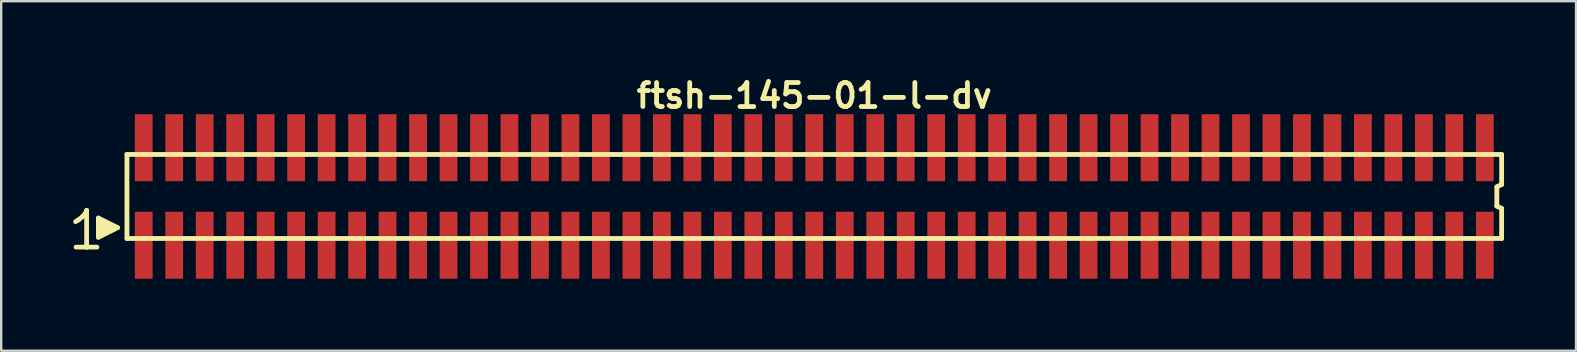
<source format=kicad_pcb>
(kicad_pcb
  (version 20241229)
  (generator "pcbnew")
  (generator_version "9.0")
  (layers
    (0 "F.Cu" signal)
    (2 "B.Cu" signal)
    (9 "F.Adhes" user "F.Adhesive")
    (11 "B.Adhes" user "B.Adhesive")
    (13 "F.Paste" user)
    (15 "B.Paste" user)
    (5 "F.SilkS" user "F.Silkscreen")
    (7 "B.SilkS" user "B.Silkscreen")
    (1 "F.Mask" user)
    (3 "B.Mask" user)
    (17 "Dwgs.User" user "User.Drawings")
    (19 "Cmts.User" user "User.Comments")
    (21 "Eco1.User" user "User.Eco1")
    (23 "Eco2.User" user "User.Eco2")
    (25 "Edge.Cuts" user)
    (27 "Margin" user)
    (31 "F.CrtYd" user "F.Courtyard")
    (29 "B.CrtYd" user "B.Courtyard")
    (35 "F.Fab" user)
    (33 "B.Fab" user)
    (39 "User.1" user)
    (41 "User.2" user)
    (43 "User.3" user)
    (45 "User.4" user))
  (footprint "ftsh-145-01-l-dv"
    (layer "F.Cu")
    (at 30.879 5.136)
    (property "Reference" "ftsh-145-01-l-dv" (at 0 -4.2 0) (layer "F.SilkS") (effects (font (size 1 1) (thickness 0.2))))
    (attr through_hole)
    (fp_line (start -30.78 1.05) (end -30.65 0.97) (stroke (width 0.198) (type solid)) (layer "F.SilkS"))
    (fp_line (start -30.65 0.97) (end -30.49 0.84) (stroke (width 0.198) (type solid)) (layer "F.SilkS"))
    (fp_line (start -30.49 0.84) (end -30.35 0.67) (stroke (width 0.198) (type solid)) (layer "F.SilkS"))
    (fp_line (start -30.35 0.67) (end -30.32 0.58) (stroke (width 0.198) (type solid)) (layer "F.SilkS"))
    (fp_line (start -30.32 0.58) (end -30.32 2.11) (stroke (width 0.198) (type solid)) (layer "F.SilkS"))
    (fp_line (start -30.32 2.11) (end -30.76 2.11) (stroke (width 0.198) (type solid)) (layer "F.SilkS"))
    (fp_line (start -29.89 2.11) (end -30.33 2.11) (stroke (width 0.198) (type solid)) (layer "F.SilkS"))
    (fp_line (start -29.83 0.9) (end -29.03 1.3) (stroke (width 0.198) (type solid)) (layer "F.SilkS"))
    (fp_line (start -29.83 1.7) (end -29.83 0.9) (stroke (width 0.198) (type solid)) (layer "F.SilkS"))
    (fp_line (start -29.73 1.6) (end -29.73 1) (stroke (width 0.198) (type solid)) (layer "F.SilkS"))
    (fp_line (start -29.63 1.1) (end -29.63 1.5) (stroke (width 0.198) (type solid)) (layer "F.SilkS"))
    (fp_line (start -29.53 1.5) (end -29.53 1.1) (stroke (width 0.198) (type solid)) (layer "F.SilkS"))
    (fp_line (start -29.43 1.2) (end -29.43 1.4) (stroke (width 0.198) (type solid)) (layer "F.SilkS"))
    (fp_line (start -29.33 1.4) (end -29.33 1.2) (stroke (width 0.198) (type solid)) (layer "F.SilkS"))
    (fp_line (start -29.03 1.3) (end -29.83 1.7) (stroke (width 0.198) (type solid)) (layer "F.SilkS"))
    (fp_line (start -28.64 -1.75) (end -28.64 1.75) (stroke (width 0.2) (type solid)) (layer "F.SilkS"))
    (fp_line (start -28.64 -1.75) (end 28.64 -1.75) (stroke (width 0.2) (type solid)) (layer "F.SilkS"))
    (fp_line (start -28.64 1.75) (end 28.64 1.75) (stroke (width 0.2) (type solid)) (layer "F.SilkS"))
    (fp_line (start 28.44 -0.4) (end 28.44 0.4) (stroke (width 0.2) (type solid)) (layer "F.SilkS"))
    (fp_line (start 28.44 -0.4) (end 28.64 -0.5) (stroke (width 0.2) (type solid)) (layer "F.SilkS"))
    (fp_line (start 28.44 0.4) (end 28.64 0.5) (stroke (width 0.2) (type solid)) (layer "F.SilkS"))
    (fp_line (start 28.64 -0.5) (end 28.64 -1.75) (stroke (width 0.2) (type solid)) (layer "F.SilkS"))
    (fp_line (start 28.64 0.5) (end 28.64 1.75) (stroke (width 0.2) (type solid)) (layer "F.SilkS"))
    (pad "1" smd rect (at -27.94 2.032) (size 0.74 2.79) (layers "F.Cu" "F.Mask" "F.Paste"))
    (pad "2" smd rect (at -27.94 -2.032) (size 0.74 2.79) (layers "F.Cu" "F.Mask" "F.Paste"))
    (pad "3" smd rect (at -26.67 2.032) (size 0.74 2.79) (layers "F.Cu" "F.Mask" "F.Paste"))
    (pad "4" smd rect (at -26.67 -2.032) (size 0.74 2.79) (layers "F.Cu" "F.Mask" "F.Paste"))
    (pad "5" smd rect (at -25.4 2.032) (size 0.74 2.79) (layers "F.Cu" "F.Mask" "F.Paste"))
    (pad "6" smd rect (at -25.4 -2.032) (size 0.74 2.79) (layers "F.Cu" "F.Mask" "F.Paste"))
    (pad "7" smd rect (at -24.13 2.032) (size 0.74 2.79) (layers "F.Cu" "F.Mask" "F.Paste"))
    (pad "8" smd rect (at -24.13 -2.032) (size 0.74 2.79) (layers "F.Cu" "F.Mask" "F.Paste"))
    (pad "9" smd rect (at -22.86 2.032) (size 0.74 2.79) (layers "F.Cu" "F.Mask" "F.Paste"))
    (pad "10" smd rect (at -22.86 -2.032) (size 0.74 2.79) (layers "F.Cu" "F.Mask" "F.Paste"))
    (pad "11" smd rect (at -21.59 2.032) (size 0.74 2.79) (layers "F.Cu" "F.Mask" "F.Paste"))
    (pad "12" smd rect (at -21.59 -2.032) (size 0.74 2.79) (layers "F.Cu" "F.Mask" "F.Paste"))
    (pad "13" smd rect (at -20.32 2.032) (size 0.74 2.79) (layers "F.Cu" "F.Mask" "F.Paste"))
    (pad "14" smd rect (at -20.32 -2.032) (size 0.74 2.79) (layers "F.Cu" "F.Mask" "F.Paste"))
    (pad "15" smd rect (at -19.05 2.032) (size 0.74 2.79) (layers "F.Cu" "F.Mask" "F.Paste"))
    (pad "16" smd rect (at -19.05 -2.032) (size 0.74 2.79) (layers "F.Cu" "F.Mask" "F.Paste"))
    (pad "17" smd rect (at -17.78 2.032) (size 0.74 2.79) (layers "F.Cu" "F.Mask" "F.Paste"))
    (pad "18" smd rect (at -17.78 -2.032) (size 0.74 2.79) (layers "F.Cu" "F.Mask" "F.Paste"))
    (pad "19" smd rect (at -16.51 2.032) (size 0.74 2.79) (layers "F.Cu" "F.Mask" "F.Paste"))
    (pad "20" smd rect (at -16.51 -2.032) (size 0.74 2.79) (layers "F.Cu" "F.Mask" "F.Paste"))
    (pad "21" smd rect (at -15.24 2.032) (size 0.74 2.79) (layers "F.Cu" "F.Mask" "F.Paste"))
    (pad "22" smd rect (at -15.24 -2.032) (size 0.74 2.79) (layers "F.Cu" "F.Mask" "F.Paste"))
    (pad "23" smd rect (at -13.97 2.032) (size 0.74 2.79) (layers "F.Cu" "F.Mask" "F.Paste"))
    (pad "24" smd rect (at -13.97 -2.032) (size 0.74 2.79) (layers "F.Cu" "F.Mask" "F.Paste"))
    (pad "25" smd rect (at -12.7 2.032) (size 0.74 2.79) (layers "F.Cu" "F.Mask" "F.Paste"))
    (pad "26" smd rect (at -12.7 -2.032) (size 0.74 2.79) (layers "F.Cu" "F.Mask" "F.Paste"))
    (pad "27" smd rect (at -11.43 2.032) (size 0.74 2.79) (layers "F.Cu" "F.Mask" "F.Paste"))
    (pad "28" smd rect (at -11.43 -2.032) (size 0.74 2.79) (layers "F.Cu" "F.Mask" "F.Paste"))
    (pad "29" smd rect (at -10.16 2.032) (size 0.74 2.79) (layers "F.Cu" "F.Mask" "F.Paste"))
    (pad "30" smd rect (at -10.16 -2.032) (size 0.74 2.79) (layers "F.Cu" "F.Mask" "F.Paste"))
    (pad "31" smd rect (at -8.89 2.032) (size 0.74 2.79) (layers "F.Cu" "F.Mask" "F.Paste"))
    (pad "32" smd rect (at -8.89 -2.032) (size 0.74 2.79) (layers "F.Cu" "F.Mask" "F.Paste"))
    (pad "33" smd rect (at -7.62 2.032) (size 0.74 2.79) (layers "F.Cu" "F.Mask" "F.Paste"))
    (pad "34" smd rect (at -7.62 -2.032) (size 0.74 2.79) (layers "F.Cu" "F.Mask" "F.Paste"))
    (pad "35" smd rect (at -6.35 2.032) (size 0.74 2.79) (layers "F.Cu" "F.Mask" "F.Paste"))
    (pad "36" smd rect (at -6.35 -2.032) (size 0.74 2.79) (layers "F.Cu" "F.Mask" "F.Paste"))
    (pad "37" smd rect (at -5.08 2.032) (size 0.74 2.79) (layers "F.Cu" "F.Mask" "F.Paste"))
    (pad "38" smd rect (at -5.08 -2.032) (size 0.74 2.79) (layers "F.Cu" "F.Mask" "F.Paste"))
    (pad "39" smd rect (at -3.81 2.032) (size 0.74 2.79) (layers "F.Cu" "F.Mask" "F.Paste"))
    (pad "40" smd rect (at -3.81 -2.032) (size 0.74 2.79) (layers "F.Cu" "F.Mask" "F.Paste"))
    (pad "41" smd rect (at -2.54 2.032) (size 0.74 2.79) (layers "F.Cu" "F.Mask" "F.Paste"))
    (pad "42" smd rect (at -2.54 -2.032) (size 0.74 2.79) (layers "F.Cu" "F.Mask" "F.Paste"))
    (pad "43" smd rect (at -1.27 2.032) (size 0.74 2.79) (layers "F.Cu" "F.Mask" "F.Paste"))
    (pad "44" smd rect (at -1.27 -2.032) (size 0.74 2.79) (layers "F.Cu" "F.Mask" "F.Paste"))
    (pad "45" smd rect (at 0 2.032) (size 0.74 2.79) (layers "F.Cu" "F.Mask" "F.Paste"))
    (pad "46" smd rect (at 0 -2.032) (size 0.74 2.79) (layers "F.Cu" "F.Mask" "F.Paste"))
    (pad "47" smd rect (at 1.27 2.032) (size 0.74 2.79) (layers "F.Cu" "F.Mask" "F.Paste"))
    (pad "48" smd rect (at 1.27 -2.032) (size 0.74 2.79) (layers "F.Cu" "F.Mask" "F.Paste"))
    (pad "49" smd rect (at 2.54 2.032) (size 0.74 2.79) (layers "F.Cu" "F.Mask" "F.Paste"))
    (pad "50" smd rect (at 2.54 -2.032) (size 0.74 2.79) (layers "F.Cu" "F.Mask" "F.Paste"))
    (pad "51" smd rect (at 3.81 2.032) (size 0.74 2.79) (layers "F.Cu" "F.Mask" "F.Paste"))
    (pad "52" smd rect (at 3.81 -2.032) (size 0.74 2.79) (layers "F.Cu" "F.Mask" "F.Paste"))
    (pad "53" smd rect (at 5.08 2.032) (size 0.74 2.79) (layers "F.Cu" "F.Mask" "F.Paste"))
    (pad "54" smd rect (at 5.08 -2.032) (size 0.74 2.79) (layers "F.Cu" "F.Mask" "F.Paste"))
    (pad "55" smd rect (at 6.35 2.032) (size 0.74 2.79) (layers "F.Cu" "F.Mask" "F.Paste"))
    (pad "56" smd rect (at 6.35 -2.032) (size 0.74 2.79) (layers "F.Cu" "F.Mask" "F.Paste"))
    (pad "57" smd rect (at 7.62 2.032) (size 0.74 2.79) (layers "F.Cu" "F.Mask" "F.Paste"))
    (pad "58" smd rect (at 7.62 -2.032) (size 0.74 2.79) (layers "F.Cu" "F.Mask" "F.Paste"))
    (pad "59" smd rect (at 8.89 2.032) (size 0.74 2.79) (layers "F.Cu" "F.Mask" "F.Paste"))
    (pad "60" smd rect (at 8.89 -2.032) (size 0.74 2.79) (layers "F.Cu" "F.Mask" "F.Paste"))
    (pad "61" smd rect (at 10.16 2.032) (size 0.74 2.79) (layers "F.Cu" "F.Mask" "F.Paste"))
    (pad "62" smd rect (at 10.16 -2.032) (size 0.74 2.79) (layers "F.Cu" "F.Mask" "F.Paste"))
    (pad "63" smd rect (at 11.43 2.032) (size 0.74 2.79) (layers "F.Cu" "F.Mask" "F.Paste"))
    (pad "64" smd rect (at 11.43 -2.032) (size 0.74 2.79) (layers "F.Cu" "F.Mask" "F.Paste"))
    (pad "65" smd rect (at 12.7 2.032) (size 0.74 2.79) (layers "F.Cu" "F.Mask" "F.Paste"))
    (pad "66" smd rect (at 12.7 -2.032) (size 0.74 2.79) (layers "F.Cu" "F.Mask" "F.Paste"))
    (pad "67" smd rect (at 13.97 2.032) (size 0.74 2.79) (layers "F.Cu" "F.Mask" "F.Paste"))
    (pad "68" smd rect (at 13.97 -2.032) (size 0.74 2.79) (layers "F.Cu" "F.Mask" "F.Paste"))
    (pad "69" smd rect (at 15.24 2.032) (size 0.74 2.79) (layers "F.Cu" "F.Mask" "F.Paste"))
    (pad "70" smd rect (at 15.24 -2.032) (size 0.74 2.79) (layers "F.Cu" "F.Mask" "F.Paste"))
    (pad "71" smd rect (at 16.51 2.032) (size 0.74 2.79) (layers "F.Cu" "F.Mask" "F.Paste"))
    (pad "72" smd rect (at 16.51 -2.032) (size 0.74 2.79) (layers "F.Cu" "F.Mask" "F.Paste"))
    (pad "73" smd rect (at 17.78 2.032) (size 0.74 2.79) (layers "F.Cu" "F.Mask" "F.Paste"))
    (pad "74" smd rect (at 17.78 -2.032) (size 0.74 2.79) (layers "F.Cu" "F.Mask" "F.Paste"))
    (pad "75" smd rect (at 19.05 2.032) (size 0.74 2.79) (layers "F.Cu" "F.Mask" "F.Paste"))
    (pad "76" smd rect (at 19.05 -2.032) (size 0.74 2.79) (layers "F.Cu" "F.Mask" "F.Paste"))
    (pad "77" smd rect (at 20.32 2.032) (size 0.74 2.79) (layers "F.Cu" "F.Mask" "F.Paste"))
    (pad "78" smd rect (at 20.32 -2.032) (size 0.74 2.79) (layers "F.Cu" "F.Mask" "F.Paste"))
    (pad "79" smd rect (at 21.59 2.032) (size 0.74 2.79) (layers "F.Cu" "F.Mask" "F.Paste"))
    (pad "80" smd rect (at 21.59 -2.032) (size 0.74 2.79) (layers "F.Cu" "F.Mask" "F.Paste"))
    (pad "81" smd rect (at 22.86 2.032) (size 0.74 2.79) (layers "F.Cu" "F.Mask" "F.Paste"))
    (pad "82" smd rect (at 22.86 -2.032) (size 0.74 2.79) (layers "F.Cu" "F.Mask" "F.Paste"))
    (pad "83" smd rect (at 24.13 2.032) (size 0.74 2.79) (layers "F.Cu" "F.Mask" "F.Paste"))
    (pad "84" smd rect (at 24.13 -2.032) (size 0.74 2.79) (layers "F.Cu" "F.Mask" "F.Paste"))
    (pad "85" smd rect (at 25.4 2.032) (size 0.74 2.79) (layers "F.Cu" "F.Mask" "F.Paste"))
    (pad "86" smd rect (at 25.4 -2.032) (size 0.74 2.79) (layers "F.Cu" "F.Mask" "F.Paste"))
    (pad "87" smd rect (at 26.67 2.032) (size 0.74 2.79) (layers "F.Cu" "F.Mask" "F.Paste"))
    (pad "88" smd rect (at 26.67 -2.032) (size 0.74 2.79) (layers "F.Cu" "F.Mask" "F.Paste"))
    (pad "89" smd rect (at 27.94 2.032) (size 0.74 2.79) (layers "F.Cu" "F.Mask" "F.Paste"))
    (pad "90" smd rect (at 27.94 -2.032) (size 0.74 2.79) (layers "F.Cu" "F.Mask" "F.Paste")))
  (gr_rect
    (start -3 -3)
    (end 62.619 11.563)
    (stroke (width 0.1) (type default))
    (fill no)
    (layer "Edge.Cuts")))
</source>
